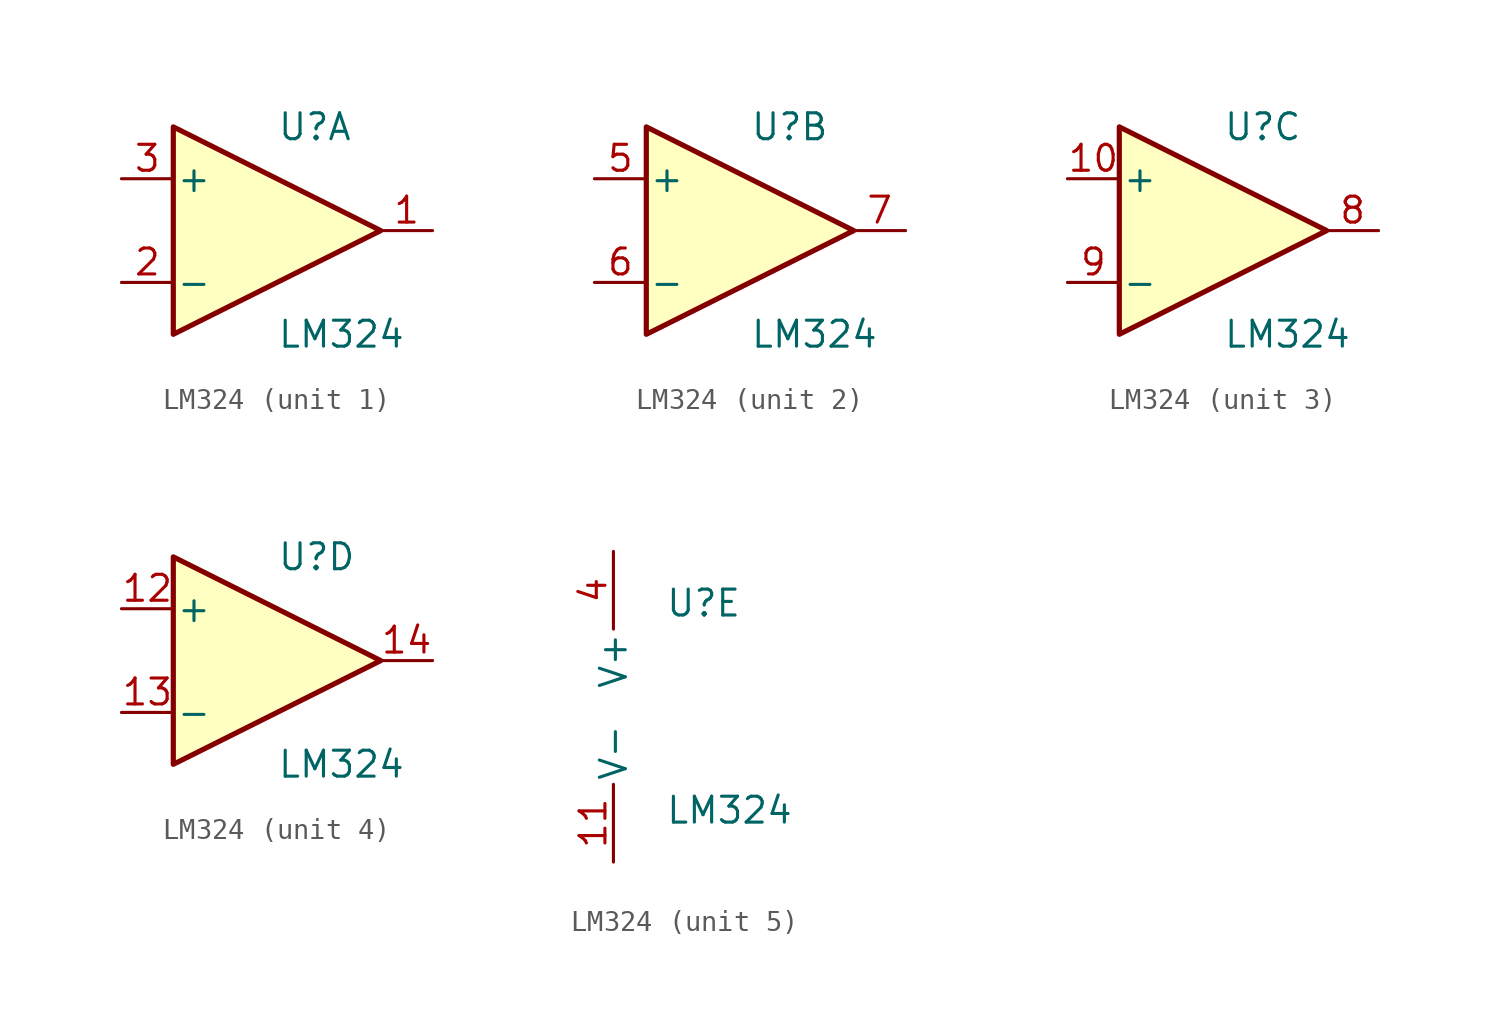
<source format=kicad_sym>
(kicad_symbol_lib
  (version 20211014)
  (generator kicad_symbol_editor)
  (symbol "LM324"
    (pin_names
      (offset 0.127))
    (property "Reference" "U"
      (at 0 5.08 0)
      (effects (font (size 1.27 1.27)) (justify left)))
    (property "Value" "LM324"
      (at 0 -5.08 0)
      (effects (font (size 1.27 1.27)) (justify left)))
    (property "ki_locked" ""
      (at 0 0 0)
      (effects (font (size 1.27 1.27))))
    (symbol "LM324_1_1"
      (polyline (pts (xy -5.08 5.08) (xy 5.08 0) (xy -5.08 -5.08) (xy -5.08 5.08)) (stroke (width 0.254) (type default) (color 0 0 0 0)) (fill (type background)))
      (pin output line (at 7.62 0 180) (length 2.54) (name "~" (effects (font (size 1.27 1.27)))) (number "1" (effects (font (size 1.27 1.27)))))
      (pin input line (at -7.62 -2.54 0) (length 2.54) (name "-" (effects (font (size 1.27 1.27)))) (number "2" (effects (font (size 1.27 1.27)))))
      (pin input line (at -7.62 2.54 0) (length 2.54) (name "+" (effects (font (size 1.27 1.27)))) (number "3" (effects (font (size 1.27 1.27))))))
    (symbol "LM324_2_1"
      (polyline (pts (xy -5.08 5.08) (xy 5.08 0) (xy -5.08 -5.08) (xy -5.08 5.08)) (stroke (width 0.254) (type default) (color 0 0 0 0)) (fill (type background)))
      (pin input line (at -7.62 2.54 0) (length 2.54) (name "+" (effects (font (size 1.27 1.27)))) (number "5" (effects (font (size 1.27 1.27)))))
      (pin input line (at -7.62 -2.54 0) (length 2.54) (name "-" (effects (font (size 1.27 1.27)))) (number "6" (effects (font (size 1.27 1.27)))))
      (pin output line (at 7.62 0 180) (length 2.54) (name "~" (effects (font (size 1.27 1.27)))) (number "7" (effects (font (size 1.27 1.27))))))
    (symbol "LM324_3_1"
      (polyline (pts (xy -5.08 5.08) (xy 5.08 0) (xy -5.08 -5.08) (xy -5.08 5.08)) (stroke (width 0.254) (type default) (color 0 0 0 0)) (fill (type background)))
      (pin input line (at -7.62 2.54 0) (length 2.54) (name "+" (effects (font (size 1.27 1.27)))) (number "10" (effects (font (size 1.27 1.27)))))
      (pin output line (at 7.62 0 180) (length 2.54) (name "~" (effects (font (size 1.27 1.27)))) (number "8" (effects (font (size 1.27 1.27)))))
      (pin input line (at -7.62 -2.54 0) (length 2.54) (name "-" (effects (font (size 1.27 1.27)))) (number "9" (effects (font (size 1.27 1.27))))))
    (symbol "LM324_4_1"
      (polyline (pts (xy -5.08 5.08) (xy 5.08 0) (xy -5.08 -5.08) (xy -5.08 5.08)) (stroke (width 0.254) (type default) (color 0 0 0 0)) (fill (type background)))
      (pin input line (at -7.62 2.54 0) (length 2.54) (name "+" (effects (font (size 1.27 1.27)))) (number "12" (effects (font (size 1.27 1.27)))))
      (pin input line (at -7.62 -2.54 0) (length 2.54) (name "-" (effects (font (size 1.27 1.27)))) (number "13" (effects (font (size 1.27 1.27)))))
      (pin output line (at 7.62 0 180) (length 2.54) (name "~" (effects (font (size 1.27 1.27)))) (number "14" (effects (font (size 1.27 1.27))))))
    (symbol "LM324_5_1"
      (pin power_in line (at -2.54 -7.62 90) (length 3.81) (name "V-" (effects (font (size 1.27 1.27)))) (number "11" (effects (font (size 1.27 1.27)))))
      (pin power_in line (at -2.54 7.62 270) (length 3.81) (name "V+" (effects (font (size 1.27 1.27)))) (number "4" (effects (font (size 1.27 1.27))))))))
</source>
